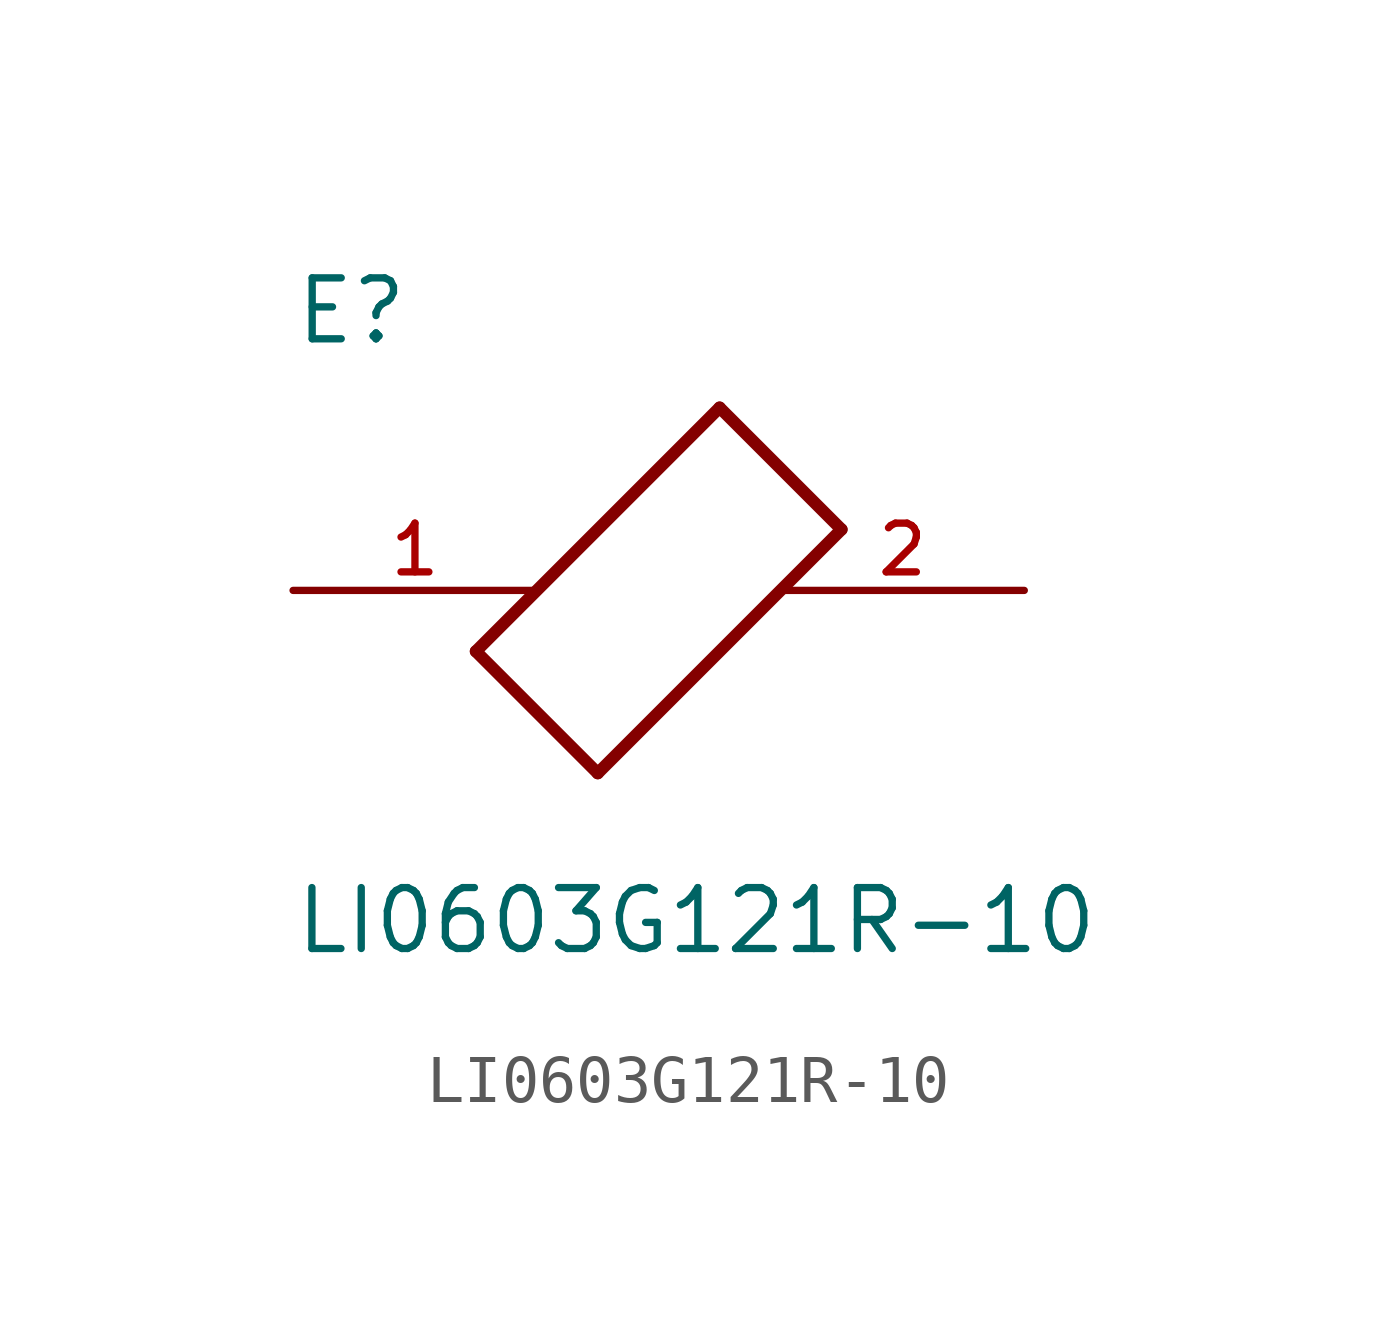
<source format=kicad_sym>
(kicad_symbol_lib
  (version 20211014)
  (generator kicad_symbol_editor)
  (symbol "LI0603G121R-10"
    (pin_names
      (offset 1.016))
    (property "Reference" "E"
      (at -7.624 5.081 0)
      (effects (font (size 1.27 1.27)) (justify bottom left)))
    (property "Value" "LI0603G121R-10"
      (at -7.63 -7.627 0)
      (effects (font (size 1.27 1.27)) (justify bottom left)))
    (symbol "LI0603G121R-10_0_0"
      (polyline (pts (xy -3.81 -1.27) (xy -1.27 -3.81)) (stroke (width 0.254)))
      (polyline (pts (xy -1.27 -3.81) (xy 3.81 1.27)) (stroke (width 0.254)))
      (polyline (pts (xy 3.81 1.27) (xy 1.27 3.81)) (stroke (width 0.254)))
      (polyline (pts (xy 1.27 3.81) (xy -3.81 -1.27)) (stroke (width 0.254)))
      (pin passive line (at 7.62 0.0 180.0) (length 5.08) (name "~" (effects (font (size 1.016 1.016)))) (number "2" (effects (font (size 1.016 1.016)))))
      (pin passive line (at -7.62 0.0 0) (length 5.08) (name "~" (effects (font (size 1.016 1.016)))) (number "1" (effects (font (size 1.016 1.016))))))))
</source>
